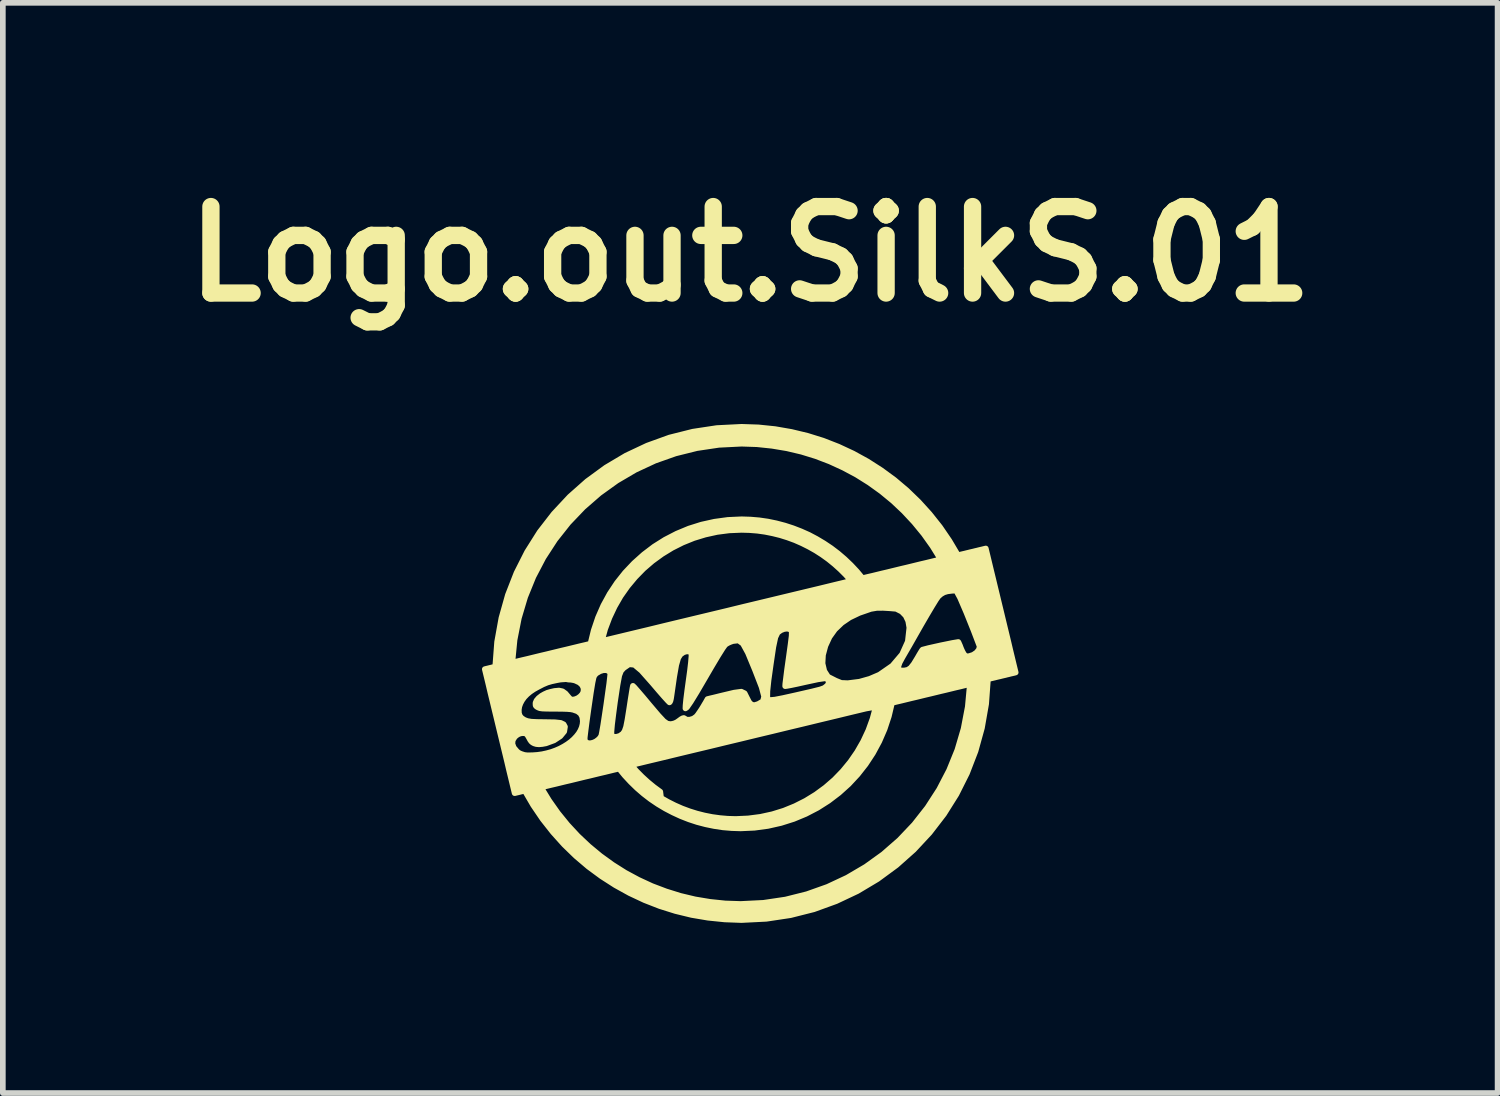
<source format=kicad_pcb>
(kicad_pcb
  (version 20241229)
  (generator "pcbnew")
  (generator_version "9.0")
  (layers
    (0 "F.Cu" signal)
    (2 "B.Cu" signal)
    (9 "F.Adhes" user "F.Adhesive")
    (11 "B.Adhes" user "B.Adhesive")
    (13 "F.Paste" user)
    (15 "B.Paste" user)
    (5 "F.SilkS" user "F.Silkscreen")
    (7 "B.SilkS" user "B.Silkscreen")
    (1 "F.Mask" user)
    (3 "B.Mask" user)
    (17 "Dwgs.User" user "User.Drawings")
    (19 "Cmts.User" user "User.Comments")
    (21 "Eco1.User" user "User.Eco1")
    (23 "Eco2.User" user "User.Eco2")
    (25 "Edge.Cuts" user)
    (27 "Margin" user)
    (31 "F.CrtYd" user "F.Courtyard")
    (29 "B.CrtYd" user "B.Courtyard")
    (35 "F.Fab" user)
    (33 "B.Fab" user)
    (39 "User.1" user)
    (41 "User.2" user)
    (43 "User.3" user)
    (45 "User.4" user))
  (footprint "Logo.out.SilkS.01"
    (layer "F.Cu")
    (at 10.175 8.821)
    (property "Reference" "Logo.out.SilkS.01" (at 0 -7.395 0) (layer "F.SilkS") (effects (font (size 1.524 1.524) (thickness 0.305))))
    (attr smd)
    (fp_poly (pts (xy -0.153 -4.347) (xy -1.681 -3.75) (xy -1.319 -3.878) (xy -0.942 -3.972) (xy -0.553 -4.03) (xy -0.153 -4.05) (xy -0.153 -4.05) (xy 0.118 -4.041) (xy 0.385 -4.013) (xy 0.648 -3.969) (xy 0.906 -3.908) (xy 1.159 -3.83) (xy 1.405 -3.736) (xy 1.644 -3.626) (xy 1.876 -3.502) (xy 2.099 -3.362) (xy 2.312 -3.209) (xy 2.516 -3.041) (xy 2.708 -2.86) (xy 2.889 -2.666) (xy 3.058 -2.46) (xy 3.214 -2.241) (xy 3.356 -2.011) (xy 3.27 -1.99) (xy 3.184 -1.969) (xy 3.098 -1.948) (xy 3.012 -1.928) (xy 2.926 -1.907) (xy 2.84 -1.886) (xy 2.754 -1.865) (xy 2.668 -1.845) (xy 2.582 -1.824) (xy 2.496 -1.803) (xy 2.41 -1.782) (xy 2.324 -1.762) (xy 2.238 -1.741) (xy 2.152 -1.72) (xy 2.065 -1.7) (xy 1.979 -1.679) (xy 1.88 -1.798) (xy 1.774 -1.911) (xy 1.663 -2.017) (xy 1.546 -2.117) (xy 1.425 -2.209) (xy 1.298 -2.294) (xy 1.167 -2.372) (xy 1.033 -2.443) (xy 0.894 -2.505) (xy 0.752 -2.56) (xy 0.607 -2.607) (xy 0.459 -2.646) (xy 0.309 -2.677) (xy 0.157 -2.699) (xy 0.003 -2.712) (xy -0.153 -2.717) (xy -0.394 -2.706) (xy -0.629 -2.674) (xy -0.859 -2.623) (xy -1.081 -2.553) (xy -1.295 -2.464) (xy -1.5 -2.358) (xy -1.694 -2.236) (xy -1.877 -2.097) (xy -2.048 -1.944) (xy -2.206 -1.777) (xy -2.349 -1.597) (xy -2.477 -1.404) (xy -2.589 -1.199) (xy -2.683 -0.984) (xy -2.759 -0.758) (xy -2.816 -0.524) (xy -2.902 -0.503) (xy -2.988 -0.483) (xy -3.074 -0.462) (xy -3.161 -0.441) (xy -3.247 -0.42) (xy -3.333 -0.4) (xy -3.419 -0.379) (xy -3.505 -0.358) (xy -3.591 -0.337) (xy -3.677 -0.317) (xy -3.763 -0.296) (xy -3.849 -0.275) (xy -3.935 -0.254) (xy -4.021 -0.234) (xy -4.108 -0.213) (xy -4.194 -0.192) (xy -4.155 -0.591) (xy -4.079 -0.977) (xy -3.968 -1.349) (xy -3.823 -1.705) (xy -3.646 -2.043) (xy -3.44 -2.36) (xy -3.205 -2.657) (xy -2.945 -2.929) (xy -2.66 -3.177) (xy -2.354 -3.397) (xy -2.027 -3.589) (xy -1.681 -3.75) (xy -0.153 -4.347) (xy -0.589 -4.325) (xy -1.012 -4.261) (xy -1.422 -4.158) (xy -1.815 -4.016) (xy -2.189 -3.84) (xy -2.544 -3.629) (xy -2.875 -3.387) (xy -3.182 -3.115) (xy -3.462 -2.815) (xy -3.713 -2.491) (xy -3.933 -2.142) (xy -4.12 -1.772) (xy -4.272 -1.383) (xy -4.193 1.24) (xy -4.187 1.177) (xy -4.151 1.119) (xy -4.119 1.091) (xy -4.085 1.07) (xy -4.049 1.057) (xy -4.012 1.052) (xy -3.975 1.054) (xy -3.949 1.065) (xy -3.927 1.088) (xy -3.904 1.127) (xy -3.88 1.171) (xy -3.86 1.199) (xy -3.838 1.218) (xy -3.81 1.233) (xy -3.771 1.245) (xy -3.723 1.249) (xy -3.666 1.244) (xy -3.601 1.232) (xy -3.459 1.18) (xy -3.348 1.107) (xy -3.279 1.023) (xy -3.266 0.94) (xy -3.289 0.897) (xy -3.341 0.872) (xy -3.443 0.861) (xy -3.614 0.858) (xy -3.761 0.856) (xy -3.861 0.851) (xy -3.929 0.839) (xy -3.979 0.82) (xy -4.029 0.788) (xy -4.061 0.75) (xy -4.078 0.701) (xy -4.08 0.639) (xy -4.071 0.582) (xy -4.051 0.527) (xy -4.022 0.473) (xy -3.984 0.42) (xy -3.936 0.37) (xy -3.88 0.323) (xy -3.815 0.279) (xy -3.743 0.239) (xy -3.656 0.194) (xy -3.578 0.161) (xy -3.502 0.139) (xy -3.419 0.121) (xy -3.356 0.109) (xy -3.312 0.105) (xy -3.279 0.103) (xy -3.248 0.1) (xy -3.248 0.1) (xy -3.232 0.103) (xy -3.212 0.107) (xy -3.193 0.109) (xy -3.176 0.109) (xy -3.157 0.111) (xy -3.133 0.115) (xy -3.106 0.12) (xy -3.08 0.128) (xy -3.01 0.161) (xy -2.961 0.208) (xy -2.937 0.264) (xy -2.94 0.324) (xy -2.96 0.365) (xy -2.993 0.402) (xy -3.033 0.432) (xy -3.078 0.452) (xy -3.118 0.461) (xy -3.15 0.46) (xy -3.175 0.447) (xy -3.198 0.423) (xy -3.257 0.353) (xy -3.31 0.315) (xy -3.37 0.302) (xy -3.449 0.309) (xy -3.516 0.324) (xy -3.575 0.341) (xy -3.628 0.365) (xy -3.679 0.394) (xy -3.731 0.435) (xy -3.767 0.477) (xy -3.785 0.519) (xy -3.784 0.56) (xy -3.779 0.572) (xy -3.769 0.582) (xy -3.755 0.592) (xy -3.736 0.602) (xy -3.707 0.613) (xy -3.663 0.619) (xy -3.582 0.622) (xy -3.44 0.623) (xy -3.312 0.624) (xy -3.224 0.627) (xy -3.165 0.632) (xy -3.122 0.64) (xy -3.045 0.667) (xy -2.991 0.709) (xy -2.961 0.766) (xy -2.951 0.84) (xy -2.956 0.896) (xy -2.97 0.951) (xy -2.993 1.005) (xy -3.024 1.058) (xy -3.064 1.109) (xy -3.11 1.158) (xy -3.162 1.204) (xy -3.221 1.247) (xy -3.285 1.287) (xy -3.354 1.324) (xy -3.427 1.356) (xy -3.504 1.384) (xy -3.584 1.406) (xy -3.666 1.424) (xy -3.751 1.436) (xy -3.836 1.442) (xy -3.892 1.443) (xy -3.935 1.443) (xy -3.968 1.439) (xy -3.992 1.435) (xy -3.992 1.434) (xy -4.035 1.42) (xy -4.066 1.407) (xy -4.091 1.392) (xy -4.116 1.37) (xy -4.169 1.307) (xy -4.193 1.24) (xy -4.272 -1.383) (xy -4.386 -0.977) (xy -4.462 -0.555) (xy -4.495 -0.12) (xy 3.315 -1.357) (xy 3.363 -1.399) (xy 3.415 -1.429) (xy 3.475 -1.447) (xy 3.544 -1.456) (xy 3.565 -1.458) (xy 3.586 -1.459) (xy 3.607 -1.46) (xy 3.629 -1.462) (xy 3.698 -1.335) (xy 3.811 -1.072) (xy 3.937 -0.758) (xy 4.045 -0.474) (xy 4.03 -0.419) (xy 3.989 -0.368) (xy 3.93 -0.328) (xy 3.86 -0.305) (xy 3.831 -0.302) (xy 3.812 -0.304) (xy 3.795 -0.312) (xy 3.777 -0.327) (xy 3.763 -0.346) (xy 3.746 -0.376) (xy 3.728 -0.413) (xy 3.712 -0.451) (xy 3.698 -0.489) (xy 3.684 -0.52) (xy 3.674 -0.543) (xy 3.668 -0.554) (xy 3.57 -0.538) (xy 3.359 -0.495) (xy 3.144 -0.447) (xy 3.037 -0.419) (xy 3.027 -0.407) (xy 3.007 -0.375) (xy 2.98 -0.33) (xy 2.949 -0.276) (xy 2.882 -0.166) (xy 2.828 -0.098) (xy 2.778 -0.064) (xy 2.719 -0.052) (xy 2.692 -0.051) (xy 2.666 -0.052) (xy 2.645 -0.055) (xy 2.631 -0.06) (xy 2.611 -0.087) (xy 2.612 -0.13) (xy 2.635 -0.194) (xy 2.682 -0.281) (xy 2.731 -0.366) (xy 2.81 -0.502) (xy 2.907 -0.673) (xy 3.013 -0.859) (xy 3.117 -1.038) (xy 3.208 -1.191) (xy 3.277 -1.303) (xy 3.315 -1.357) (xy -4.495 -0.12) (xy 1.752 -0.986) (xy 1.919 -1.066) (xy 2.124 -1.137) (xy 2.23 -1.155) (xy 2.343 -1.156) (xy 2.343 -1.156) (xy 2.459 -1.149) (xy 2.574 -1.139) (xy 2.67 -1.09) (xy 2.74 -1.018) (xy 2.785 -0.923) (xy 2.805 -0.806) (xy 2.778 -0.563) (xy 2.676 -0.336) (xy 2.506 -0.136) (xy 2.278 0.022) (xy 2.108 0.095) (xy 1.927 0.146) (xy 1.72 0.172) (xy 1.604 0.167) (xy 1.508 0.128) (xy 1.37 0.058) (xy 1.305 -0.043) (xy 1.274 -0.176) (xy 1.282 -0.325) (xy 1.325 -0.486) (xy 1.397 -0.642) (xy 1.492 -0.775) (xy 1.614 -0.892) (xy 1.752 -0.986) (xy -4.495 -0.12) (xy 0.649 -0.79) (xy 0.693 -0.781) (xy 0.723 -0.758) (xy 0.732 -0.73) (xy 0.73 -0.661) (xy 0.712 -0.516) (xy 0.676 -0.255) (xy 0.65 -0.071) (xy 0.631 0.081) (xy 0.618 0.184) (xy 0.616 0.224) (xy 0.645 0.22) (xy 0.721 0.206) (xy 0.831 0.183) (xy 0.965 0.153) (xy 1.193 0.104) (xy 1.316 0.086) (xy 1.368 0.1) (xy 1.381 0.145) (xy 1.381 0.169) (xy 1.376 0.189) (xy 1.363 0.207) (xy 1.34 0.229) (xy 1.304 0.257) (xy 1.239 0.281) (xy 1.092 0.318) (xy 0.809 0.383) (xy 0.579 0.434) (xy 0.435 0.462) (xy 0.354 0.469) (xy 0.315 0.46) (xy 0.3 0.418) (xy 0.302 0.311) (xy 0.322 0.121) (xy 0.362 -0.165) (xy 0.407 -0.468) (xy 0.443 -0.637) (xy 0.482 -0.719) (xy 0.538 -0.76) (xy 0.595 -0.783) (xy 0.649 -0.79) (xy 0.649 -0.79) (xy -4.495 -0.12) (xy -0.207 -0.582) (xy -0.129 -0.525) (xy -0.041 -0.364) (xy 0.085 -0.059) (xy 0.201 0.241) (xy 0.245 0.408) (xy 0.224 0.491) (xy 0.14 0.54) (xy 0.073 0.56) (xy 0.023 0.55) (xy -0.019 0.508) (xy -0.061 0.426) (xy -0.099 0.35) (xy -0.157 0.322) (xy -0.284 0.339) (xy -0.528 0.397) (xy -0.584 0.411) (xy -0.641 0.425) (xy -0.697 0.438) (xy -0.753 0.452) (xy -0.771 0.484) (xy -0.789 0.516) (xy -0.808 0.547) (xy -0.826 0.578) (xy -0.859 0.632) (xy -0.894 0.684) (xy -0.925 0.729) (xy -0.952 0.761) (xy -1.003 0.797) (xy -1.066 0.816) (xy -1.123 0.815) (xy -1.16 0.792) (xy -1.171 0.786) (xy -1.192 0.791) (xy -1.219 0.806) (xy -1.251 0.83) (xy -1.289 0.857) (xy -1.329 0.877) (xy -1.37 0.889) (xy -1.411 0.894) (xy -1.465 0.884) (xy -1.526 0.841) (xy -1.622 0.738) (xy -1.779 0.553) (xy -1.889 0.421) (xy -1.981 0.314) (xy -2.043 0.243) (xy -2.068 0.219) (xy -2.075 0.253) (xy -2.089 0.339) (xy -2.109 0.464) (xy -2.132 0.616) (xy -2.164 0.817) (xy -2.189 0.944) (xy -2.215 1.019) (xy -2.247 1.064) (xy -2.302 1.102) (xy -2.364 1.119) (xy -2.417 1.113) (xy -2.448 1.082) (xy -2.447 1.025) (xy -2.436 0.898) (xy -2.414 0.72) (xy -2.386 0.509) (xy -2.34 0.203) (xy -2.309 0.035) (xy -2.277 -0.046) (xy -2.231 -0.096) (xy -2.135 -0.162) (xy -2.042 -0.153) (xy -1.918 -0.049) (xy -1.725 0.169) (xy -1.614 0.299) (xy -1.52 0.407) (xy -1.453 0.481) (xy -1.424 0.51) (xy -1.416 0.503) (xy -1.406 0.48) (xy -1.397 0.443) (xy -1.39 0.397) (xy -1.342 0.064) (xy -1.305 -0.149) (xy -1.27 -0.272) (xy -1.231 -0.334) (xy -1.176 -0.373) (xy -1.118 -0.39) (xy -1.067 -0.383) (xy -1.036 -0.353) (xy -1.036 -0.304) (xy -1.045 -0.196) (xy -1.062 -0.048) (xy -1.086 0.127) (xy -1.11 0.302) (xy -1.129 0.453) (xy -1.14 0.563) (xy -1.142 0.616) (xy -1.116 0.597) (xy -1.049 0.5) (xy -0.946 0.332) (xy -0.811 0.101) (xy -0.681 -0.122) (xy -0.569 -0.31) (xy -0.485 -0.444) (xy -0.442 -0.504) (xy -0.417 -0.522) (xy -0.383 -0.541) (xy -0.343 -0.558) (xy -0.304 -0.571) (xy -0.207 -0.582) (xy -0.207 -0.582) (xy -4.495 -0.12) (xy -2.588 -0.058) (xy -2.531 -0.057) (xy -2.488 -0.037) (xy -2.466 0.00023) (xy -2.471 0.055) (xy -2.485 0.18) (xy -2.509 0.35) (xy -2.536 0.544) (xy -2.565 0.738) (xy -2.591 0.91) (xy -2.613 1.038) (xy -2.625 1.097) (xy -2.647 1.135) (xy -2.682 1.17) (xy -2.723 1.2) (xy -2.766 1.219) (xy -2.805 1.229) (xy -2.835 1.231) (xy -2.867 1.227) (xy -2.885 1.215) (xy -2.898 1.205) (xy -2.908 1.194) (xy -2.915 1.181) (xy -2.919 1.167) (xy -2.917 1.12) (xy -2.904 1.013) (xy -2.883 0.849) (xy -2.853 0.634) (xy -2.81 0.339) (xy -2.78 0.157) (xy -2.76 0.065) (xy -2.745 0.034) (xy -2.72 0.005) (xy -2.697 -0.012) (xy -2.676 -0.023) (xy -2.653 -0.038) (xy -2.588 -0.058) (xy -2.588 -0.058) (xy -4.495 -0.12) (xy -4.507 -0.117) (xy -4.518 -0.114) (xy -4.53 -0.112) (xy -4.541 -0.109) (xy -4.553 -0.106) (xy -4.564 -0.103) (xy -4.576 -0.1) (xy -4.587 -0.098) (xy -4.599 -0.095) (xy -4.61 -0.092) (xy -4.622 -0.089) (xy -4.633 -0.086) (xy -4.645 -0.084) (xy -4.656 -0.081) (xy -4.668 -0.078) (xy -4.679 -0.075) (xy -4.646 0.061) (xy 1.779 -1.631) (xy 1.505 -1.565) (xy 1.23 -1.498) (xy 0.955 -1.432) (xy 0.68 -1.366) (xy 0.406 -1.3) (xy 0.131 -1.234) (xy -0.144 -1.168) (xy -0.418 -1.101) (xy -0.693 -1.035) (xy -0.968 -0.969) (xy -1.243 -0.903) (xy -1.517 -0.837) (xy -1.792 -0.77) (xy -2.067 -0.704) (xy -2.341 -0.638) (xy -2.616 -0.572) (xy -2.558 -0.783) (xy -2.482 -0.985) (xy -2.391 -1.178) (xy -2.285 -1.362) (xy -2.164 -1.534) (xy -2.03 -1.695) (xy -1.884 -1.845) (xy -1.726 -1.981) (xy -1.557 -2.104) (xy -1.379 -2.213) (xy -1.192 -2.307) (xy -0.997 -2.386) (xy -0.794 -2.448) (xy -0.586 -2.494) (xy -0.371 -2.522) (xy -0.153 -2.531) (xy -0.153 -2.531) (xy -0.013 -2.527) (xy 0.125 -2.516) (xy 0.261 -2.497) (xy 0.396 -2.47) (xy 0.529 -2.437) (xy 0.66 -2.396) (xy 0.788 -2.349) (xy 0.913 -2.294) (xy 1.035 -2.233) (xy 1.154 -2.166) (xy 1.269 -2.092) (xy 1.38 -2.012) (xy 1.487 -1.925) (xy 1.589 -1.833) (xy 1.687 -1.735) (xy 1.779 -1.631) (xy -4.646 0.061) (xy -4.613 0.198) (xy -4.581 0.335) (xy -4.548 0.471) (xy -4.515 0.608) (xy -4.482 0.744) (xy -4.449 0.881) (xy -4.416 1.018) (xy -3.391 2.461) (xy -3.546 2.241) (xy -3.688 2.009) (xy -3.602 1.988) (xy -3.516 1.967) (xy -3.43 1.947) (xy -3.344 1.926) (xy -3.258 1.905) (xy -3.172 1.885) (xy -3.086 1.864) (xy -3 1.843) (xy -2.914 1.822) (xy -2.828 1.802) (xy -2.742 1.781) (xy -2.656 1.76) (xy -2.57 1.74) (xy -2.484 1.719) (xy -2.398 1.698) (xy -2.312 1.678) (xy -2.213 1.799) (xy -2.107 1.913) (xy -1.996 2.021) (xy -1.879 2.122) (xy -1.757 2.216) (xy -1.63 2.302) (xy -1.498 2.381) (xy -1.362 2.452) (xy -1.223 2.516) (xy -1.08 2.572) (xy -0.934 2.62) (xy -0.785 2.659) (xy -0.634 2.69) (xy -0.481 2.713) (xy -0.325 2.726) (xy -0.169 2.731) (xy 0.074 2.72) (xy 0.311 2.688) (xy 0.541 2.636) (xy 0.765 2.565) (xy 0.979 2.476) (xy 1.185 2.369) (xy 1.38 2.245) (xy 1.564 2.105) (xy 1.735 1.951) (xy 1.892 1.782) (xy 2.035 1.6) (xy 2.163 1.405) (xy 2.274 1.199) (xy 2.368 0.982) (xy 2.443 0.755) (xy 2.499 0.519) (xy 2.585 0.498) (xy 2.67 0.478) (xy 2.756 0.457) (xy 2.842 0.436) (xy 2.928 0.416) (xy 3.014 0.395) (xy 3.1 0.374) (xy 3.185 0.354) (xy 3.271 0.333) (xy 3.357 0.312) (xy 3.443 0.292) (xy 3.529 0.271) (xy 3.615 0.25) (xy 3.701 0.23) (xy 3.786 0.209) (xy 3.872 0.188) (xy 3.835 0.588) (xy 3.761 0.976) (xy 3.651 1.35) (xy 3.506 1.707) (xy 3.33 2.046) (xy 3.124 2.365) (xy 2.89 2.663) (xy 2.63 2.937) (xy 2.345 3.186) (xy 2.038 3.407) (xy 1.71 3.6) (xy 1.364 3.762) (xy 1.001 3.891) (xy 0.623 3.986) (xy 0.233 4.044) (xy -0.169 4.064) (xy -0.44 4.055) (xy -0.709 4.027) (xy -0.973 3.983) (xy -1.233 3.921) (xy -1.486 3.842) (xy -1.734 3.748) (xy -1.974 3.637) (xy -2.206 3.512) (xy -2.429 3.371) (xy -2.643 3.216) (xy -2.847 3.047) (xy -3.04 2.865) (xy -3.222 2.669) (xy -3.391 2.461) (xy -4.416 1.018) (xy -4.383 1.154) (xy -4.35 1.291) (xy -4.317 1.427) (xy -2.099 1.616) (xy -1.823 1.549) (xy -1.547 1.483) (xy -1.271 1.416) (xy -0.996 1.35) (xy -0.72 1.284) (xy -0.444 1.217) (xy -0.168 1.151) (xy 0.108 1.084) (xy 0.384 1.018) (xy 0.66 0.951) (xy 0.936 0.885) (xy 1.212 0.818) (xy 1.487 0.752) (xy 1.763 0.685) (xy 2.039 0.619) (xy 2.213 0.588) (xy 2.156 0.8) (xy 2.082 1.004) (xy 1.991 1.199) (xy 1.885 1.384) (xy 1.765 1.558) (xy 1.631 1.721) (xy 1.485 1.872) (xy 1.326 2.01) (xy 1.157 2.134) (xy 0.978 2.244) (xy 0.79 2.339) (xy 0.594 2.419) (xy 0.391 2.482) (xy 0.181 2.528) (xy -0.035 2.556) (xy -0.255 2.566) (xy -0.395 2.562) (xy -0.534 2.55) (xy -0.672 2.531) (xy -0.809 2.504) (xy -0.943 2.47) (xy -1.074 2.429) (xy -1.203 2.381) (xy -1.33 2.325) (xy -1.453 2.263) (xy -1.572 2.195) (xy -1.586 2.085) (xy -1.698 2.003) (xy -1.805 1.915) (xy -1.908 1.821) (xy -2.006 1.722) (xy -2.099 1.616) (xy -4.317 1.427) (xy -4.284 1.564) (xy -4.252 1.701) (xy -4.219 1.837) (xy -4.186 1.974) (xy -4.153 2.11) (xy -4.142 2.108) (xy -4.131 2.105) (xy -4.12 2.102) (xy -4.108 2.1) (xy -4.097 2.097) (xy -4.086 2.094) (xy -4.075 2.092) (xy -4.064 2.089) (xy -4.053 2.086) (xy -4.042 2.083) (xy -4.031 2.081) (xy -4.02 2.078) (xy -4.009 2.075) (xy -3.998 2.073) (xy -3.986 2.07) (xy -3.975 2.067) (xy -3.825 2.324) (xy -3.659 2.568) (xy -3.477 2.799) (xy -3.282 3.016) (xy -3.074 3.218) (xy -2.853 3.406) (xy -2.621 3.577) (xy -2.378 3.733) (xy -2.125 3.873) (xy -1.863 3.996) (xy -1.594 4.101) (xy -1.317 4.188) (xy -1.033 4.257) (xy -0.744 4.306) (xy -0.45 4.336) (xy -0.153 4.347) (xy 0.284 4.325) (xy 0.709 4.261) (xy 1.12 4.157) (xy 1.514 4.014) (xy 1.889 3.837) (xy 2.244 3.625) (xy 2.576 3.381) (xy 2.883 3.108) (xy 3.163 2.807) (xy 3.414 2.481) (xy 3.634 2.131) (xy 3.82 1.76) (xy 3.971 1.369) (xy 4.084 0.961) (xy 4.158 0.538) (xy 4.19 0.101) (xy 4.22 0.094) (xy 4.251 0.086) (xy 4.282 0.079) (xy 4.312 0.072) (xy 4.343 0.064) (xy 4.373 0.057) (xy 4.404 0.05) (xy 4.435 0.042) (xy 4.465 0.035) (xy 4.496 0.028) (xy 4.526 0.02) (xy 4.557 0.013) (xy 4.587 0.005) (xy 4.618 -0.002) (xy 4.649 -0.009) (xy 4.679 -0.017) (xy 4.646 -0.153) (xy 4.613 -0.29) (xy 4.58 -0.427) (xy 4.548 -0.563) (xy 4.515 -0.7) (xy 4.482 -0.836) (xy 4.449 -0.973) (xy 4.416 -1.11) (xy 4.383 -1.246) (xy 4.35 -1.383) (xy 4.317 -1.519) (xy 4.284 -1.656) (xy 4.251 -1.792) (xy 4.218 -1.929) (xy 4.185 -2.066) (xy 4.152 -2.202) (xy 4.122 -2.195) (xy 4.091 -2.187) (xy 4.06 -2.18) (xy 4.03 -2.173) (xy 3.999 -2.165) (xy 3.968 -2.158) (xy 3.937 -2.15) (xy 3.907 -2.143) (xy 3.876 -2.136) (xy 3.845 -2.128) (xy 3.815 -2.121) (xy 3.784 -2.113) (xy 3.753 -2.106) (xy 3.723 -2.099) (xy 3.692 -2.091) (xy 3.661 -2.084) (xy 3.51 -2.339) (xy 3.344 -2.582) (xy 3.162 -2.811) (xy 2.967 -3.026) (xy 2.759 -3.227) (xy 2.539 -3.413) (xy 2.307 -3.583) (xy 2.065 -3.738) (xy 1.812 -3.877) (xy 1.552 -3.998) (xy 1.283 -4.103) (xy 1.007 -4.189) (xy 0.724 -4.257) (xy 0.436 -4.307) (xy 0.144 -4.337) (xy -0.153 -4.347)) (stroke (width 0.1) (type solid)) (fill yes) (layer "F.SilkS")))
  (gr_rect
    (start -3 -3)
    (end 23.349 16.218)
    (stroke (width 0.1) (type default))
    (fill no)
    (layer "Edge.Cuts")))
</source>
